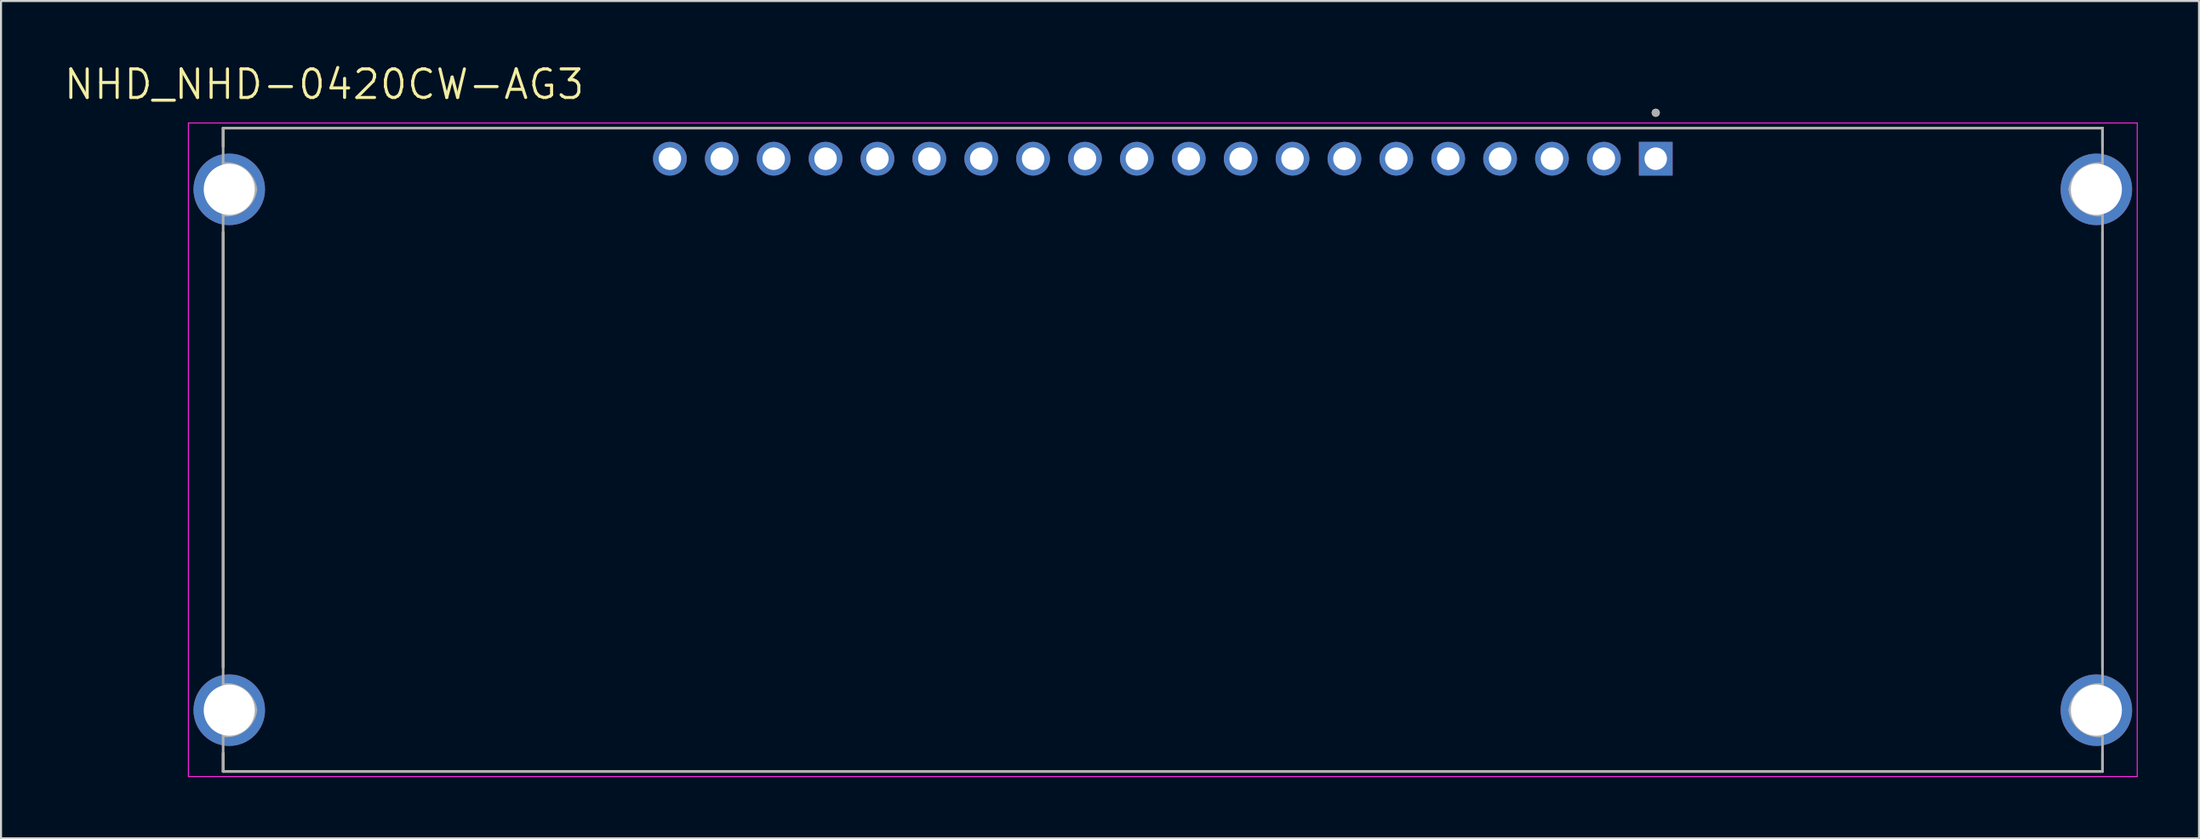
<source format=kicad_pcb>
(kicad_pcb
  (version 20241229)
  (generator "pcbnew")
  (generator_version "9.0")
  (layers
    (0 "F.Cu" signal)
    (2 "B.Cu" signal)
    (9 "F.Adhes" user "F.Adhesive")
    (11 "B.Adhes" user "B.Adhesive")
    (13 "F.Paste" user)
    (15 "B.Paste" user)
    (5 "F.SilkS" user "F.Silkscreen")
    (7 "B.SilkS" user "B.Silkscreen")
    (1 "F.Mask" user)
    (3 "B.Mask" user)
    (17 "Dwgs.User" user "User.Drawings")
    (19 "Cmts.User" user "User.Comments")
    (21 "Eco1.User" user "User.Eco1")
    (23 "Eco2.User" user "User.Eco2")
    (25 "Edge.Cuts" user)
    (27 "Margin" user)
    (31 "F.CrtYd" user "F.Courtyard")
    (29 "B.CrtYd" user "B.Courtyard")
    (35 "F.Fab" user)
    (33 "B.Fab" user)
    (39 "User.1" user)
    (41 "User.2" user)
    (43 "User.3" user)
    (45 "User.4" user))
  (footprint "NHD_NHD-0420CW-AG3"
    (layer "F.Cu")
    (at 53.873 18.971)
    (property "Reference" "NHD_NHD-0420CW-AG3" (at -41.055 -17.889 0) (layer "F.SilkS") (effects (font (size 1.4 1.4) (thickness 0.15))))
    (attr through_hole)
    (fp_line (start -46 -15.75) (end 46 -15.75) (stroke (width 0.127) (type solid)) (layer "F.SilkS"))
    (fp_line (start -46 -14.85) (end -46 -15.75) (stroke (width 0.127) (type solid)) (layer "F.SilkS"))
    (fp_line (start -46 10.65) (end -46 -10.65) (stroke (width 0.127) (type solid)) (layer "F.SilkS"))
    (fp_line (start -46 15.75) (end -46 14.85) (stroke (width 0.127) (type solid)) (layer "F.SilkS"))
    (fp_line (start 46 -15.75) (end 46 -14.85) (stroke (width 0.127) (type solid)) (layer "F.SilkS"))
    (fp_line (start 46 -10.65) (end 46 10.65) (stroke (width 0.127) (type solid)) (layer "F.SilkS"))
    (fp_line (start 46 14.85) (end 46 15.75) (stroke (width 0.127) (type solid)) (layer "F.SilkS"))
    (fp_line (start 46 15.75) (end -46 15.75) (stroke (width 0.127) (type solid)) (layer "F.SilkS"))
    (fp_circle (center 24.13 -16.5) (end 24.23 -16.5) (stroke (width 0.2) (type solid)) (fill no) (layer "F.SilkS"))
    (fp_line (start -47.7 -16) (end 47.7 -16) (stroke (width 0.05) (type solid)) (layer "F.CrtYd"))
    (fp_line (start -47.7 16) (end -47.7 -16) (stroke (width 0.05) (type solid)) (layer "F.CrtYd"))
    (fp_line (start 47.7 -16) (end 47.7 16) (stroke (width 0.05) (type solid)) (layer "F.CrtYd"))
    (fp_line (start 47.7 16) (end -47.7 16) (stroke (width 0.05) (type solid)) (layer "F.CrtYd"))
    (fp_line (start -46 -15.75) (end 46 -15.75) (stroke (width 0.127) (type solid)) (layer "F.Fab"))
    (fp_line (start -46 -14) (end -46 -15.75) (stroke (width 0.127) (type solid)) (layer "F.Fab"))
    (fp_line (start -46 11.5) (end -46 -11.5) (stroke (width 0.127) (type solid)) (layer "F.Fab"))
    (fp_line (start -46 15.75) (end -46 14) (stroke (width 0.127) (type solid)) (layer "F.Fab"))
    (fp_line (start 46 -15.75) (end 46 -14) (stroke (width 0.127) (type solid)) (layer "F.Fab"))
    (fp_line (start 46 -11.5) (end 46 11.5) (stroke (width 0.127) (type solid)) (layer "F.Fab"))
    (fp_line (start 46 14) (end 46 15.75) (stroke (width 0.127) (type solid)) (layer "F.Fab"))
    (fp_line (start 46 15.75) (end -46 15.75) (stroke (width 0.127) (type solid)) (layer "F.Fab"))
    (fp_arc (start -46 -14) (mid -44.939117 -13.707199) (end -44.396 -12.75) (stroke (width 0.127) (type solid)) (layer "F.Fab"))
    (fp_arc (start -46 11.5) (mid -44.939117 11.792801) (end -44.396 12.75) (stroke (width 0.127) (type solid)) (layer "F.Fab"))
    (fp_arc (start -44.396 -12.75) (mid -44.939117 -11.792801) (end -46 -11.5) (stroke (width 0.127) (type solid)) (layer "F.Fab"))
    (fp_arc (start -44.396 12.75) (mid -44.939117 13.707199) (end -46 14) (stroke (width 0.127) (type solid)) (layer "F.Fab"))
    (fp_arc (start 44.396 -12.75) (mid 44.939117 -13.707199) (end 46 -14) (stroke (width 0.127) (type solid)) (layer "F.Fab"))
    (fp_arc (start 44.396 12.75) (mid 44.939117 11.792801) (end 46 11.5) (stroke (width 0.127) (type solid)) (layer "F.Fab"))
    (fp_arc (start 46 -11.5) (mid 44.939117 -11.792801) (end 44.396 -12.75) (stroke (width 0.127) (type solid)) (layer "F.Fab"))
    (fp_arc (start 46 14) (mid 44.939117 13.707199) (end 44.396 12.75) (stroke (width 0.127) (type solid)) (layer "F.Fab"))
    (fp_circle (center 24.13 -16.5) (end 24.23 -16.5) (stroke (width 0.2) (type solid)) (fill no) (layer "F.Fab"))
    (pad "1" thru_hole rect (at 24.13 -14.25) (size 1.65 1.65) (drill 1.1) (layers "*.Cu" "*.Mask"))
    (pad "2" thru_hole circle (at 21.59 -14.25) (size 1.65 1.65) (drill 1.1) (layers "*.Cu" "*.Mask"))
    (pad "3" thru_hole circle (at 19.05 -14.25) (size 1.65 1.65) (drill 1.1) (layers "*.Cu" "*.Mask"))
    (pad "4" thru_hole circle (at 16.51 -14.25) (size 1.65 1.65) (drill 1.1) (layers "*.Cu" "*.Mask"))
    (pad "5" thru_hole circle (at 13.97 -14.25) (size 1.65 1.65) (drill 1.1) (layers "*.Cu" "*.Mask"))
    (pad "6" thru_hole circle (at 11.43 -14.25) (size 1.65 1.65) (drill 1.1) (layers "*.Cu" "*.Mask"))
    (pad "7" thru_hole circle (at 8.89 -14.25) (size 1.65 1.65) (drill 1.1) (layers "*.Cu" "*.Mask"))
    (pad "8" thru_hole circle (at 6.35 -14.25) (size 1.65 1.65) (drill 1.1) (layers "*.Cu" "*.Mask"))
    (pad "9" thru_hole circle (at 3.81 -14.25) (size 1.65 1.65) (drill 1.1) (layers "*.Cu" "*.Mask"))
    (pad "10" thru_hole circle (at 1.27 -14.25) (size 1.65 1.65) (drill 1.1) (layers "*.Cu" "*.Mask"))
    (pad "11" thru_hole circle (at -1.27 -14.25) (size 1.65 1.65) (drill 1.1) (layers "*.Cu" "*.Mask"))
    (pad "12" thru_hole circle (at -3.81 -14.25) (size 1.65 1.65) (drill 1.1) (layers "*.Cu" "*.Mask"))
    (pad "13" thru_hole circle (at -6.35 -14.25) (size 1.65 1.65) (drill 1.1) (layers "*.Cu" "*.Mask"))
    (pad "14" thru_hole circle (at -8.89 -14.25) (size 1.65 1.65) (drill 1.1) (layers "*.Cu" "*.Mask"))
    (pad "15" thru_hole circle (at -11.43 -14.25) (size 1.65 1.65) (drill 1.1) (layers "*.Cu" "*.Mask"))
    (pad "16" thru_hole circle (at -13.97 -14.25) (size 1.65 1.65) (drill 1.1) (layers "*.Cu" "*.Mask"))
    (pad "17" thru_hole circle (at -16.51 -14.25) (size 1.65 1.65) (drill 1.1) (layers "*.Cu" "*.Mask"))
    (pad "18" thru_hole circle (at -19.05 -14.25) (size 1.65 1.65) (drill 1.1) (layers "*.Cu" "*.Mask"))
    (pad "19" thru_hole circle (at -21.59 -14.25) (size 1.65 1.65) (drill 1.1) (layers "*.Cu" "*.Mask"))
    (pad "20" thru_hole circle (at -24.13 -14.25) (size 1.65 1.65) (drill 1.1) (layers "*.Cu" "*.Mask"))
    (pad "P1" thru_hole circle (at -45.7 -12.75) (size 3.5 3.5) (drill 2.5) (layers "*.Cu" "*.Mask"))
    (pad "P2" thru_hole circle (at -45.7 12.75) (size 3.5 3.5) (drill 2.5) (layers "*.Cu" "*.Mask"))
    (pad "P3" thru_hole circle (at 45.7 -12.75) (size 3.5 3.5) (drill 2.5) (layers "*.Cu" "*.Mask"))
    (pad "P4" thru_hole circle (at 45.7 12.75) (size 3.5 3.5) (drill 2.5) (layers "*.Cu" "*.Mask")))
  (gr_rect
    (start -3 -3)
    (end 104.598 37.996)
    (stroke (width 0.1) (type default))
    (fill no)
    (layer "Edge.Cuts")))
</source>
